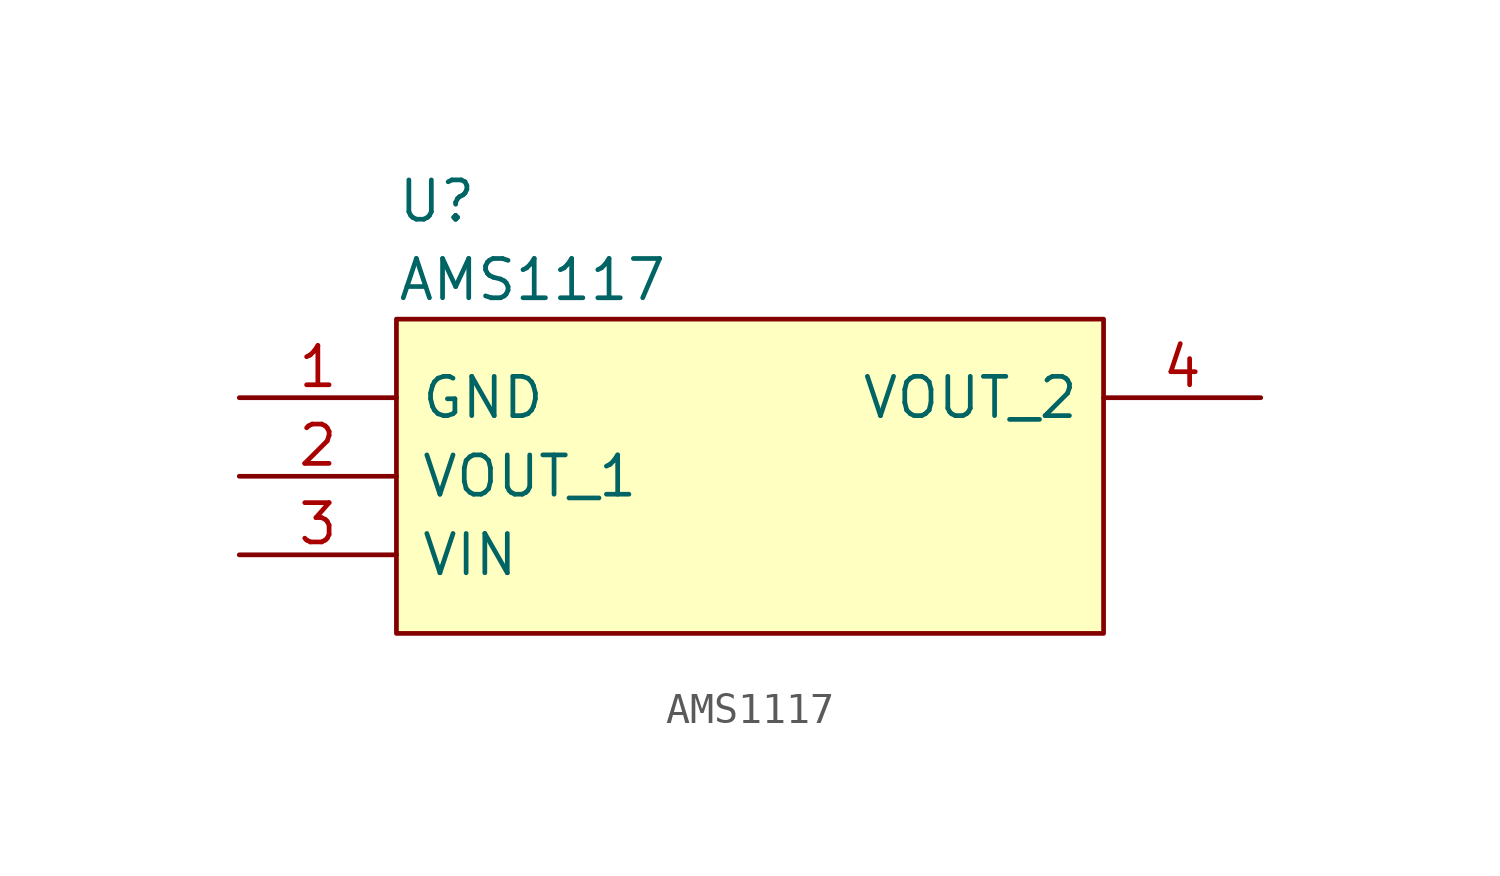
<source format=kicad_sym>
(kicad_symbol_lib
  (version 20211014)
  (generator kicad_symbol_editor)
  (symbol "AMS1117"
    (pin_names
      (offset 0.762))
    (property "Reference" "U"
      (at -11.43 8.89 0)
      (effects (font (size 1.27 1.27)) (justify left)))
    (property "Value" "AMS1117"
      (at -11.43 6.35 0)
      (effects (font (size 1.27 1.27)) (justify left)))
    (symbol "AMS1117_0_0"
      (pin power_in line (at -16.51 2.54 0) (length 5.08) (name "GND" (effects (font (size 1.27 1.27)))) (number "1" (effects (font (size 1.27 1.27)))))
      (pin power_out line (at -16.51 0 0) (length 5.08) (name "VOUT_1" (effects (font (size 1.27 1.27)))) (number "2" (effects (font (size 1.27 1.27)))))
      (pin power_in line (at -16.51 -2.54 0) (length 5.08) (name "VIN" (effects (font (size 1.27 1.27)))) (number "3" (effects (font (size 1.27 1.27)))))
      (pin power_out line (at 16.51 2.54 180) (length 5.08) (name "VOUT_2" (effects (font (size 1.27 1.27)))) (number "4" (effects (font (size 1.27 1.27))))))
    (symbol "AMS1117_0_1"
      (polyline (pts (xy -11.43 5.08) (xy 11.43 5.08) (xy 11.43 -5.08) (xy -11.43 -5.08) (xy -11.43 5.08)) (stroke (width 0.152) (type default) (color 0 0 0 0)) (fill (type background))))))
</source>
